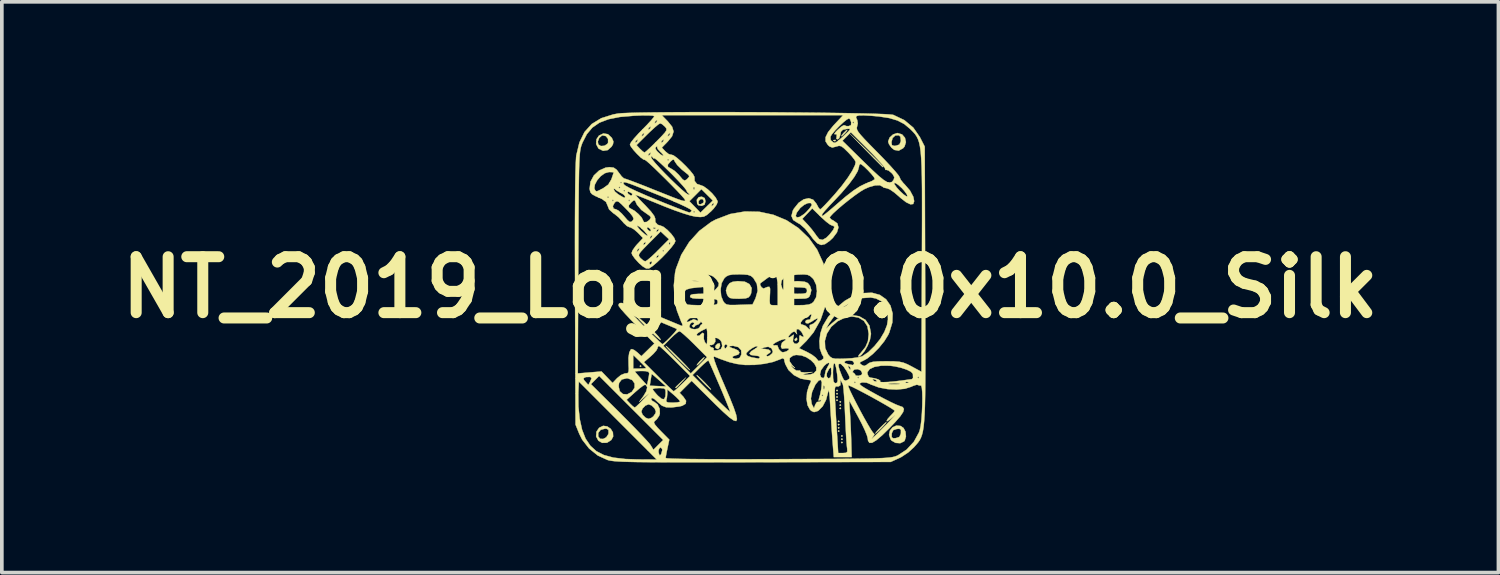
<source format=kicad_pcb>
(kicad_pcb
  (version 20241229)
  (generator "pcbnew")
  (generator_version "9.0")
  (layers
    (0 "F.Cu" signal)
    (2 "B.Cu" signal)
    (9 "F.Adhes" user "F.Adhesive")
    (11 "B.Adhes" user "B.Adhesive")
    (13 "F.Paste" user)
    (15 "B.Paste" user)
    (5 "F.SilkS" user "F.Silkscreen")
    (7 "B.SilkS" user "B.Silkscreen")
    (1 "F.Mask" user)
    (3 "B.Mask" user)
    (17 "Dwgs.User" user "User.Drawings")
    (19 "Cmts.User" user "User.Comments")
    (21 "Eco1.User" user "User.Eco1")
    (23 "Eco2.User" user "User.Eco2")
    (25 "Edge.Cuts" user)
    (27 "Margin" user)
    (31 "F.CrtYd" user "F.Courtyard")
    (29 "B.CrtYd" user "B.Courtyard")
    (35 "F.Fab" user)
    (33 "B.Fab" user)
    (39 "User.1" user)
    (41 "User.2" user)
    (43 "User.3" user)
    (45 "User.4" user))
  (footprint "NT_2019_Logo_10.0x10.0_Silk"
    (layer "F.Cu")
    (at 17.388 4.779)
    (property "Reference" "NT_2019_Logo_10.0x10.0_Silk" (at 0 0 0) (layer "F.SilkS") (effects (font (size 1.524 1.524) (thickness 0.3))))
    (attr through_hole)
    (fp_poly (pts (xy -2.965 2.146) (xy -2.987 2.168) (xy -3.009 2.146) (xy -2.987 2.124) (xy -2.965 2.146)) (stroke (width 0.01) (type solid)) (fill yes) (layer "F.SilkS"))
    (fp_poly (pts (xy 2.39 2.81) (xy 2.367 2.832) (xy 2.345 2.81) (xy 2.367 2.788) (xy 2.39 2.81)) (stroke (width 0.01) (type solid)) (fill yes) (layer "F.SilkS"))
    (fp_poly (pts (xy 2.39 2.898) (xy 2.367 2.921) (xy 2.345 2.898) (xy 2.367 2.876) (xy 2.39 2.898)) (stroke (width 0.01) (type solid)) (fill yes) (layer "F.SilkS"))
    (fp_poly (pts (xy 2.39 2.987) (xy 2.367 3.009) (xy 2.345 2.987) (xy 2.367 2.965) (xy 2.39 2.987)) (stroke (width 0.01) (type solid)) (fill yes) (layer "F.SilkS"))
    (fp_poly (pts (xy 2.39 3.075) (xy 2.367 3.098) (xy 2.345 3.075) (xy 2.367 3.053) (xy 2.39 3.075)) (stroke (width 0.01) (type solid)) (fill yes) (layer "F.SilkS"))
    (fp_poly (pts (xy 2.434 3.651) (xy 2.412 3.673) (xy 2.39 3.651) (xy 2.412 3.629) (xy 2.434 3.651)) (stroke (width 0.01) (type solid)) (fill yes) (layer "F.SilkS"))
    (fp_poly (pts (xy 2.434 3.739) (xy 2.412 3.761) (xy 2.39 3.739) (xy 2.412 3.717) (xy 2.434 3.739)) (stroke (width 0.01) (type solid)) (fill yes) (layer "F.SilkS"))
    (fp_poly (pts (xy 2.434 3.828) (xy 2.412 3.85) (xy 2.39 3.828) (xy 2.412 3.806) (xy 2.434 3.828)) (stroke (width 0.01) (type solid)) (fill yes) (layer "F.SilkS"))
    (fp_poly (pts (xy 2.434 3.916) (xy 2.412 3.938) (xy 2.39 3.916) (xy 2.412 3.894) (xy 2.434 3.916)) (stroke (width 0.01) (type solid)) (fill yes) (layer "F.SilkS"))
    (fp_poly (pts (xy 2.478 3.12) (xy 2.456 3.142) (xy 2.434 3.12) (xy 2.456 3.098) (xy 2.478 3.12)) (stroke (width 0.01) (type solid)) (fill yes) (layer "F.SilkS"))
    (fp_poly (pts (xy 2.478 3.208) (xy 2.456 3.23) (xy 2.434 3.208) (xy 2.456 3.186) (xy 2.478 3.208)) (stroke (width 0.01) (type solid)) (fill yes) (layer "F.SilkS"))
    (fp_poly (pts (xy 2.478 3.297) (xy 2.456 3.319) (xy 2.434 3.297) (xy 2.456 3.275) (xy 2.478 3.297)) (stroke (width 0.01) (type solid)) (fill yes) (layer "F.SilkS"))
    (fp_poly (pts (xy 2.522 4.049) (xy 2.5 4.071) (xy 2.478 4.049) (xy 2.5 4.027) (xy 2.522 4.049)) (stroke (width 0.01) (type solid)) (fill yes) (layer "F.SilkS"))
    (fp_poly (pts (xy 2.522 4.137) (xy 2.5 4.16) (xy 2.478 4.137) (xy 2.5 4.115) (xy 2.522 4.137)) (stroke (width 0.01) (type solid)) (fill yes) (layer "F.SilkS"))
    (fp_poly (pts (xy 2.522 4.226) (xy 2.5 4.248) (xy 2.478 4.226) (xy 2.5 4.204) (xy 2.522 4.226)) (stroke (width 0.01) (type solid)) (fill yes) (layer "F.SilkS"))
    (fp_poly (pts (xy 2.331 -4.012) (xy 2.324 -3.986) (xy 2.301 -3.983) (xy 2.265 -3.999) (xy 2.272 -4.012) (xy 2.324 -4.017) (xy 2.331 -4.012)) (stroke (width 0.01) (type solid)) (fill yes) (layer "F.SilkS"))
    (fp_poly (pts (xy 1.283 1.406) (xy 1.283 1.416) (xy 1.249 1.459) (xy 1.236 1.46) (xy 1.21 1.433) (xy 1.217 1.416) (xy 1.257 1.374) (xy 1.264 1.372) (xy 1.283 1.406)) (stroke (width 0.01) (type solid)) (fill yes) (layer "F.SilkS"))
    (fp_poly (pts (xy 2.638 -4.265) (xy 2.589 -4.204) (xy 2.522 -4.138) (xy 2.486 -4.115) (xy 2.495 -4.143) (xy 2.544 -4.204) (xy 2.611 -4.269) (xy 2.647 -4.292) (xy 2.638 -4.265)) (stroke (width 0.01) (type solid)) (fill yes) (layer "F.SilkS"))
    (fp_poly (pts (xy -1.878 2.6) (xy -1.972 2.7) (xy -2.021 2.741) (xy -2.036 2.73) (xy -2.036 2.73) (xy -2.006 2.695) (xy -1.931 2.622) (xy -1.892 2.586) (xy -1.748 2.456) (xy -1.878 2.6)) (stroke (width 0.01) (type solid)) (fill yes) (layer "F.SilkS"))
    (fp_poly (pts (xy -0.829 1.531) (xy -0.819 1.59) (xy -0.849 1.658) (xy -0.887 1.682) (xy -0.943 1.65) (xy -0.948 1.642) (xy -0.942 1.59) (xy -0.893 1.539) (xy -0.84 1.525) (xy -0.829 1.531)) (stroke (width 0.01) (type solid)) (fill yes) (layer "F.SilkS"))
    (fp_poly (pts (xy -1.417 2.419) (xy -1.334 2.495) (xy -1.239 2.589) (xy -1.142 2.691) (xy -1.08 2.763) (xy -1.066 2.788) (xy -1.106 2.759) (xy -1.188 2.683) (xy -1.283 2.589) (xy -1.38 2.486) (xy -1.443 2.415) (xy -1.457 2.39) (xy -1.417 2.419)) (stroke (width 0.01) (type solid)) (fill yes) (layer "F.SilkS"))
    (fp_poly (pts (xy -1.257 1.931) (xy -1.314 1.999) (xy -1.328 2.013) (xy -1.403 2.088) (xy -1.451 2.124) (xy -1.454 2.124) (xy -1.442 2.096) (xy -1.385 2.028) (xy -1.372 2.013) (xy -1.296 1.939) (xy -1.248 1.903) (xy -1.246 1.903) (xy -1.257 1.931)) (stroke (width 0.01) (type solid)) (fill yes) (layer "F.SilkS"))
    (fp_poly (pts (xy 3.698 3.701) (xy 3.636 3.773) (xy 3.584 3.828) (xy 3.493 3.918) (xy 3.428 3.974) (xy 3.412 3.983) (xy 3.427 3.954) (xy 3.488 3.883) (xy 3.54 3.828) (xy 3.631 3.738) (xy 3.696 3.682) (xy 3.712 3.673) (xy 3.698 3.701)) (stroke (width 0.01) (type solid)) (fill yes) (layer "F.SilkS"))
    (fp_poly (pts (xy 3.175 -3.74) (xy 3.359 -3.56) (xy 3.488 -3.433) (xy 3.569 -3.35) (xy 3.612 -3.302) (xy 3.624 -3.279) (xy 3.617 -3.275) (xy 3.583 -3.304) (xy 3.5 -3.387) (xy 3.377 -3.51) (xy 3.227 -3.663) (xy 3.163 -3.728) (xy 2.721 -4.182) (xy 3.175 -3.74)) (stroke (width 0.01) (type solid)) (fill yes) (layer "F.SilkS"))
    (fp_poly (pts (xy -3.069 0.799) (xy -3.031 0.829) (xy -2.882 0.957) (xy -2.736 1.093) (xy -2.605 1.223) (xy -2.504 1.333) (xy -2.446 1.409) (xy -2.439 1.436) (xy -2.476 1.414) (xy -2.562 1.34) (xy -2.685 1.224) (xy -2.832 1.078) (xy -2.856 1.053) (xy -3.005 0.899) (xy -3.09 0.805) (xy -3.111 0.772) (xy -3.069 0.799)) (stroke (width 0.01) (type solid)) (fill yes) (layer "F.SilkS"))
    (fp_poly (pts (xy -2.26 1.622) (xy -2.174 1.702) (xy -2.054 1.819) (xy -1.947 1.925) (xy -1.815 2.06) (xy -1.712 2.169) (xy -1.651 2.238) (xy -1.639 2.257) (xy -1.678 2.227) (xy -1.764 2.148) (xy -1.885 2.031) (xy -1.991 1.925) (xy -2.124 1.79) (xy -2.227 1.681) (xy -2.288 1.612) (xy -2.299 1.593) (xy -2.26 1.622)) (stroke (width 0.01) (type solid)) (fill yes) (layer "F.SilkS"))
    (fp_poly (pts (xy -0.147 -0.154) (xy -0.019 -0.089) (xy 0.042 0.019) (xy 0.027 0.161) (xy -0.002 0.224) (xy -0.045 0.274) (xy -0.122 0.3) (xy -0.257 0.309) (xy -0.312 0.31) (xy -0.463 0.306) (xy -0.55 0.289) (xy -0.599 0.25) (xy -0.629 0.195) (xy -0.659 0.088) (xy -0.628 -0.015) (xy -0.616 -0.037) (xy -0.559 -0.113) (xy -0.475 -0.151) (xy -0.337 -0.169) (xy -0.147 -0.154)) (stroke (width 0.01) (type solid)) (fill yes) (layer "F.SilkS"))
    (fp_poly (pts (xy -1.238 -2.432) (xy -1.217 -2.345) (xy -1.241 -2.254) (xy -1.317 -2.221) (xy -1.41 -2.237) (xy -1.443 -2.276) (xy -1.448 -2.33) (xy -1.408 -2.33) (xy -1.399 -2.269) (xy -1.343 -2.264) (xy -1.274 -2.307) (xy -1.261 -2.346) (xy -1.289 -2.402) (xy -1.347 -2.405) (xy -1.398 -2.36) (xy -1.408 -2.33) (xy -1.448 -2.33) (xy -1.453 -2.385) (xy -1.4 -2.457) (xy -1.317 -2.47) (xy -1.238 -2.432)) (stroke (width 0.01) (type solid)) (fill yes) (layer "F.SilkS"))
    (fp_poly (pts (xy -3.893 3.789) (xy -3.799 3.854) (xy -3.739 3.952) (xy -3.732 4.064) (xy -3.782 4.158) (xy -3.9 4.234) (xy -4.032 4.237) (xy -4.134 4.179) (xy -4.195 4.065) (xy -4.139 4.065) (xy -4.086 4.127) (xy -4.003 4.13) (xy -3.92 4.086) (xy -3.865 4.002) (xy -3.858 3.969) (xy -3.86 3.882) (xy -3.912 3.852) (xy -3.952 3.85) (xy -4.072 3.882) (xy -4.139 3.964) (xy -4.139 4.065) (xy -4.195 4.065) (xy -4.197 4.061) (xy -4.185 3.929) (xy -4.114 3.826) (xy -4.004 3.773) (xy -3.893 3.789)) (stroke (width 0.01) (type solid)) (fill yes) (layer "F.SilkS"))
    (fp_poly (pts (xy -3.875 -4.173) (xy -3.774 -4.079) (xy -3.765 -4.065) (xy -3.725 -3.973) (xy -3.738 -3.897) (xy -3.776 -3.833) (xy -3.88 -3.74) (xy -4.006 -3.72) (xy -4.125 -3.778) (xy -4.134 -3.787) (xy -4.196 -3.904) (xy -4.191 -3.973) (xy -4.15 -3.973) (xy -4.138 -3.894) (xy -4.067 -3.85) (xy -3.971 -3.857) (xy -3.891 -3.907) (xy -3.87 -3.943) (xy -3.872 -4.045) (xy -3.929 -4.12) (xy -4.016 -4.141) (xy -4.039 -4.135) (xy -4.113 -4.071) (xy -4.15 -3.973) (xy -4.191 -3.973) (xy -4.186 -4.035) (xy -4.119 -4.134) (xy -3.998 -4.193) (xy -3.875 -4.173)) (stroke (width 0.01) (type solid)) (fill yes) (layer "F.SilkS"))
    (fp_poly (pts (xy 4.098 3.776) (xy 4.179 3.831) (xy 4.233 3.934) (xy 4.245 4.064) (xy 4.211 4.175) (xy 4.195 4.195) (xy 4.089 4.246) (xy 3.962 4.237) (xy 3.852 4.174) (xy 3.828 4.143) (xy 3.808 4.085) (xy 3.857 4.085) (xy 3.9 4.112) (xy 3.968 4.108) (xy 4.064 4.077) (xy 4.103 3.998) (xy 4.108 3.968) (xy 4.108 3.88) (xy 4.065 3.853) (xy 3.997 3.858) (xy 3.901 3.888) (xy 3.862 3.967) (xy 3.858 3.997) (xy 3.857 4.085) (xy 3.808 4.085) (xy 3.785 4.018) (xy 3.809 3.903) (xy 3.881 3.813) (xy 3.984 3.766) (xy 4.098 3.776)) (stroke (width 0.01) (type solid)) (fill yes) (layer "F.SilkS"))
    (fp_poly (pts (xy 4.139 -4.167) (xy 4.218 -4.076) (xy 4.244 -3.957) (xy 4.207 -3.837) (xy 4.167 -3.79) (xy 4.047 -3.724) (xy 3.927 -3.745) (xy 3.85 -3.806) (xy 3.784 -3.899) (xy 3.768 -3.952) (xy 3.85 -3.952) (xy 3.863 -3.875) (xy 3.922 -3.854) (xy 3.972 -3.858) (xy 4.066 -3.89) (xy 4.104 -3.973) (xy 4.107 -3.994) (xy 4.094 -4.104) (xy 4.051 -4.143) (xy 3.957 -4.139) (xy 3.882 -4.07) (xy 3.85 -3.957) (xy 3.85 -3.952) (xy 3.768 -3.952) (xy 3.761 -3.976) (xy 3.8 -4.08) (xy 3.894 -4.166) (xy 4.01 -4.204) (xy 4.016 -4.204) (xy 4.139 -4.167)) (stroke (width 0.01) (type solid)) (fill yes) (layer "F.SilkS"))
    (fp_poly (pts (xy -0.561 -4.774) (xy -0.057 -4.772) (xy 0.451 -4.77) (xy 0.953 -4.766) (xy 1.442 -4.762) (xy 1.91 -4.757) (xy 2.348 -4.751) (xy 2.749 -4.744) (xy 3.103 -4.737) (xy 3.403 -4.729) (xy 3.641 -4.72) (xy 3.807 -4.71) (xy 3.895 -4.7) (xy 3.902 -4.698) (xy 4.201 -4.556) (xy 4.445 -4.352) (xy 4.623 -4.096) (xy 4.757 -3.834) (xy 4.769 -0.071) (xy 4.771 0.62) (xy 4.773 1.228) (xy 4.774 1.759) (xy 4.774 2.218) (xy 4.772 2.612) (xy 4.768 2.947) (xy 4.762 3.227) (xy 4.753 3.46) (xy 4.74 3.65) (xy 4.725 3.804) (xy 4.705 3.926) (xy 4.68 4.024) (xy 4.651 4.102) (xy 4.617 4.167) (xy 4.577 4.224) (xy 4.531 4.279) (xy 4.479 4.337) (xy 4.465 4.354) (xy 4.307 4.498) (xy 4.12 4.622) (xy 4.062 4.651) (xy 3.828 4.757) (xy 0.089 4.765) (xy -0.583 4.766) (xy -1.172 4.767) (xy -1.684 4.767) (xy -2.124 4.767) (xy -2.5 4.765) (xy -2.815 4.763) (xy -3.078 4.76) (xy -3.292 4.755) (xy -3.464 4.75) (xy -3.599 4.743) (xy -3.704 4.735) (xy -3.784 4.725) (xy -3.846 4.714) (xy -3.885 4.703) (xy -4.15 4.582) (xy -4.387 4.391) (xy -4.575 4.151) (xy -4.655 3.992) (xy -4.757 3.739) (xy -4.76 2.887) (xy -4.682 2.887) (xy -4.679 3.245) (xy -4.644 3.584) (xy -4.578 3.882) (xy -4.486 4.117) (xy -4.481 4.126) (xy -4.352 4.317) (xy -4.19 4.464) (xy -3.985 4.569) (xy -3.726 4.639) (xy -3.401 4.677) (xy -3.076 4.688) (xy -2.545 4.691) (xy -2.796 4.439) (xy -2.498 4.439) (xy -2.492 4.509) (xy -2.468 4.577) (xy -2.44 4.566) (xy -2.424 4.539) (xy -2.396 4.445) (xy -2.398 4.403) (xy -2.436 4.363) (xy -2.465 4.373) (xy -2.498 4.439) (xy -2.796 4.439) (xy -3.607 3.628) (xy -4.668 2.565) (xy -4.682 2.887) (xy -4.76 2.887) (xy -4.762 2.481) (xy -4.543 2.481) (xy -4.526 2.526) (xy -4.489 2.569) (xy -4.408 2.659) (xy -4.396 2.637) (xy -4.338 2.637) (xy -3.56 3.409) (xy -3.341 3.629) (xy -3.139 3.835) (xy -2.965 4.016) (xy -2.828 4.162) (xy -2.738 4.264) (xy -2.709 4.304) (xy -2.635 4.426) (xy -2.502 4.292) (xy -2.368 4.159) (xy -3.142 3.385) (xy -2.965 3.385) (xy -2.93 3.472) (xy -2.849 3.552) (xy -2.766 3.584) (xy -2.688 3.555) (xy -2.636 3.515) (xy -2.58 3.433) (xy -2.567 3.385) (xy -2.602 3.298) (xy -2.682 3.219) (xy -2.766 3.186) (xy -2.853 3.221) (xy -2.932 3.301) (xy -2.965 3.385) (xy -3.142 3.385) (xy -3.241 3.286) (xy -3.462 3.065) (xy -3.367 3.065) (xy -3.269 3.17) (xy -3.194 3.242) (xy -3.145 3.274) (xy -3.143 3.275) (xy -3.102 3.245) (xy -3.018 3.166) (xy -2.909 3.055) (xy -2.904 3.05) (xy -2.699 3.05) (xy -2.663 3.096) (xy -2.616 3.118) (xy -2.522 3.189) (xy -2.466 3.309) (xy -2.46 3.441) (xy -2.481 3.503) (xy -2.546 3.597) (xy -2.6 3.644) (xy -2.621 3.677) (xy -2.597 3.734) (xy -2.518 3.829) (xy -2.434 3.916) (xy -2.203 4.15) (xy -2.252 4.378) (xy -2.28 4.515) (xy -2.298 4.618) (xy -2.301 4.65) (xy -2.257 4.659) (xy -2.126 4.667) (xy -1.91 4.673) (xy -1.61 4.678) (xy -1.228 4.681) (xy -0.766 4.683) (xy -0.225 4.684) (xy 0.394 4.682) (xy 0.763 4.681) (xy 1.359 4.678) (xy 1.872 4.676) (xy 2.31 4.674) (xy 2.679 4.671) (xy 2.985 4.667) (xy 3.236 4.663) (xy 3.438 4.658) (xy 3.597 4.652) (xy 3.72 4.644) (xy 3.814 4.635) (xy 3.884 4.624) (xy 3.938 4.611) (xy 3.982 4.596) (xy 4.022 4.578) (xy 4.027 4.576) (xy 4.264 4.421) (xy 4.462 4.206) (xy 4.599 3.955) (xy 4.622 3.889) (xy 4.647 3.769) (xy 4.667 3.604) (xy 4.681 3.412) (xy 4.69 3.211) (xy 4.693 3.019) (xy 4.689 2.855) (xy 4.678 2.734) (xy 4.66 2.676) (xy 4.649 2.675) (xy 4.592 2.671) (xy 4.583 2.66) (xy 4.533 2.654) (xy 4.436 2.686) (xy 4.392 2.707) (xy 4.217 2.763) (xy 3.992 2.784) (xy 3.746 2.772) (xy 3.511 2.729) (xy 3.327 2.66) (xy 3.259 2.632) (xy 3.759 2.632) (xy 3.802 2.639) (xy 3.914 2.641) (xy 3.916 2.641) (xy 4.034 2.639) (xy 4.085 2.633) (xy 4.061 2.623) (xy 3.926 2.616) (xy 3.795 2.623) (xy 3.759 2.632) (xy 3.259 2.632) (xy 3.182 2.6) (xy 4.223 2.6) (xy 4.267 2.607) (xy 4.324 2.599) (xy 4.325 2.584) (xy 4.265 2.574) (xy 4.24 2.581) (xy 4.223 2.6) (xy 3.182 2.6) (xy 3.174 2.597) (xy 3.059 2.589) (xy 3.027 2.597) (xy 2.99 2.616) (xy 2.988 2.641) (xy 3.03 2.681) (xy 3.125 2.743) (xy 3.283 2.834) (xy 3.44 2.921) (xy 3.642 3.03) (xy 3.825 3.123) (xy 3.971 3.192) (xy 4.062 3.228) (xy 4.071 3.231) (xy 4.156 3.261) (xy 4.19 3.314) (xy 4.169 3.395) (xy 4.09 3.513) (xy 3.949 3.675) (xy 3.799 3.832) (xy 3.594 4.033) (xy 3.437 4.166) (xy 3.324 4.234) (xy 3.251 4.237) (xy 3.213 4.18) (xy 3.204 4.112) (xy 3.181 4.029) (xy 3.124 3.889) (xy 3.04 3.713) (xy 2.948 3.537) (xy 2.696 3.075) (xy 2.719 3.407) (xy 2.731 3.608) (xy 2.742 3.853) (xy 2.752 4.101) (xy 2.754 4.182) (xy 2.766 4.624) (xy 2.279 4.624) (xy 2.248 4.226) (xy 2.233 4.017) (xy 2.215 3.756) (xy 2.198 3.477) (xy 2.184 3.252) (xy 2.17 3.021) (xy 2.156 2.875) (xy 2.145 2.818) (xy 2.306 2.818) (xy 2.307 2.924) (xy 2.313 3.079) (xy 2.325 3.292) (xy 2.341 3.572) (xy 2.363 3.928) (xy 2.373 4.082) (xy 2.399 4.514) (xy 2.531 4.514) (xy 2.616 4.508) (xy 2.648 4.473) (xy 2.643 4.383) (xy 2.638 4.348) (xy 2.629 4.248) (xy 2.617 4.079) (xy 2.605 3.859) (xy 2.593 3.607) (xy 2.585 3.429) (xy 2.574 3.179) (xy 2.56 2.958) (xy 2.546 2.783) (xy 2.532 2.669) (xy 2.67 2.669) (xy 2.68 2.716) (xy 2.726 2.823) (xy 2.8 2.975) (xy 2.892 3.157) (xy 2.995 3.353) (xy 3.1 3.546) (xy 3.199 3.721) (xy 3.283 3.863) (xy 3.344 3.955) (xy 3.372 3.983) (xy 3.389 4.008) (xy 3.363 4.049) (xy 3.314 4.113) (xy 3.321 4.117) (xy 3.38 4.066) (xy 3.487 3.963) (xy 3.637 3.812) (xy 3.718 3.729) (xy 3.842 3.599) (xy 3.921 3.514) (xy 3.949 3.48) (xy 3.922 3.501) (xy 3.905 3.516) (xy 3.806 3.602) (xy 3.737 3.647) (xy 3.717 3.645) (xy 3.747 3.587) (xy 3.819 3.504) (xy 3.828 3.496) (xy 3.902 3.418) (xy 3.938 3.367) (xy 3.938 3.363) (xy 3.902 3.332) (xy 3.803 3.268) (xy 3.658 3.183) (xy 3.482 3.083) (xy 3.291 2.977) (xy 3.101 2.875) (xy 2.929 2.785) (xy 2.789 2.715) (xy 2.697 2.675) (xy 2.67 2.669) (xy 2.532 2.669) (xy 2.532 2.669) (xy 2.522 2.633) (xy 2.498 2.589) (xy 2.832 2.589) (xy 2.854 2.611) (xy 2.876 2.589) (xy 2.854 2.567) (xy 2.832 2.589) (xy 2.498 2.589) (xy 2.477 2.551) (xy 2.466 2.522) (xy 2.456 2.51) (xy 2.46 2.573) (xy 2.461 2.578) (xy 2.459 2.667) (xy 2.412 2.698) (xy 2.383 2.699) (xy 2.357 2.698) (xy 2.336 2.7) (xy 2.32 2.715) (xy 2.31 2.751) (xy 2.306 2.818) (xy 2.145 2.818) (xy 2.143 2.81) (xy 2.13 2.823) (xy 2.124 2.854) (xy 2.068 3.067) (xy 1.976 3.241) (xy 1.863 3.356) (xy 1.832 3.373) (xy 1.741 3.399) (xy 1.667 3.366) (xy 1.628 3.329) (xy 1.564 3.211) (xy 1.537 3.044) (xy 1.539 3.028) (xy 1.655 3.028) (xy 1.678 3.177) (xy 1.686 3.195) (xy 1.739 3.293) (xy 1.776 3.193) (xy 1.819 3.126) (xy 1.855 3.118) (xy 1.911 3.111) (xy 1.929 3.091) (xy 1.935 3.061) (xy 1.902 3.076) (xy 1.864 3.086) (xy 1.876 3.03) (xy 1.877 3.027) (xy 1.901 2.943) (xy 1.947 2.943) (xy 1.969 2.965) (xy 1.991 2.943) (xy 1.969 2.921) (xy 1.947 2.943) (xy 1.901 2.943) (xy 1.904 2.933) (xy 1.933 2.795) (xy 1.944 2.732) (xy 1.945 2.718) (xy 1.995 2.718) (xy 2.003 2.775) (xy 2.018 2.776) (xy 2.029 2.717) (xy 2.022 2.691) (xy 2.002 2.674) (xy 1.995 2.718) (xy 1.945 2.718) (xy 1.954 2.588) (xy 1.927 2.522) (xy 1.87 2.537) (xy 1.788 2.636) (xy 1.773 2.66) (xy 1.689 2.846) (xy 1.655 3.028) (xy 1.539 3.028) (xy 1.55 2.857) (xy 1.602 2.683) (xy 1.614 2.658) (xy 1.657 2.567) (xy 1.652 2.53) (xy 1.592 2.522) (xy 1.575 2.522) (xy 1.376 2.486) (xy 1.191 2.39) (xy 1.043 2.25) (xy 0.955 2.085) (xy 0.947 2.051) (xy 0.938 2.014) (xy 1.074 2.014) (xy 1.152 2.126) (xy 1.164 2.137) (xy 1.219 2.193) (xy 1.208 2.192) (xy 1.175 2.168) (xy 1.114 2.125) (xy 1.114 2.136) (xy 1.166 2.198) (xy 1.253 2.265) (xy 1.317 2.268) (xy 1.363 2.265) (xy 1.361 2.283) (xy 1.383 2.307) (xy 1.473 2.317) (xy 1.519 2.316) (xy 1.704 2.307) (xy 1.549 2.342) (xy 1.453 2.366) (xy 1.439 2.377) (xy 1.503 2.383) (xy 1.519 2.384) (xy 1.644 2.372) (xy 1.647 2.371) (xy 1.902 2.371) (xy 1.932 2.449) (xy 1.994 2.477) (xy 2.031 2.427) (xy 2.031 2.426) (xy 2.085 2.426) (xy 2.126 2.475) (xy 2.146 2.478) (xy 2.193 2.448) (xy 2.211 2.348) (xy 2.211 2.314) (xy 2.257 2.314) (xy 2.26 2.476) (xy 2.274 2.567) (xy 2.303 2.606) (xy 2.328 2.611) (xy 2.367 2.599) (xy 2.383 2.549) (xy 2.378 2.442) (xy 2.369 2.356) (xy 2.34 2.179) (xy 2.331 2.146) (xy 2.407 2.146) (xy 2.436 2.25) (xy 2.502 2.419) (xy 2.504 2.425) (xy 2.551 2.519) (xy 2.597 2.545) (xy 2.651 2.525) (xy 2.685 2.502) (xy 3.337 2.502) (xy 3.341 2.523) (xy 3.389 2.559) (xy 3.439 2.566) (xy 3.452 2.549) (xy 3.417 2.521) (xy 3.383 2.505) (xy 3.337 2.502) (xy 2.685 2.502) (xy 2.699 2.493) (xy 2.71 2.456) (xy 2.921 2.456) (xy 2.943 2.478) (xy 2.965 2.456) (xy 2.943 2.434) (xy 2.921 2.456) (xy 2.71 2.456) (xy 2.711 2.454) (xy 2.683 2.383) (xy 2.643 2.309) (xy 2.79 2.309) (xy 2.821 2.332) (xy 2.861 2.368) (xy 2.859 2.382) (xy 2.882 2.404) (xy 2.947 2.412) (xy 3.035 2.386) (xy 3.046 2.355) (xy 3.194 2.355) (xy 3.23 2.436) (xy 3.275 2.46) (xy 3.391 2.477) (xy 3.49 2.508) (xy 3.545 2.542) (xy 3.541 2.566) (xy 3.55 2.58) (xy 3.63 2.584) (xy 3.765 2.578) (xy 3.937 2.562) (xy 4.13 2.539) (xy 4.16 2.535) (xy 4.29 2.517) (xy 4.383 2.505) (xy 4.403 2.503) (xy 4.438 2.471) (xy 4.438 2.456) (xy 4.558 2.456) (xy 4.58 2.478) (xy 4.602 2.456) (xy 4.58 2.434) (xy 4.558 2.456) (xy 4.438 2.456) (xy 4.435 2.374) (xy 4.432 2.353) (xy 4.382 2.299) (xy 4.267 2.242) (xy 4.11 2.19) (xy 3.932 2.151) (xy 3.805 2.135) (xy 3.574 2.134) (xy 3.387 2.167) (xy 3.257 2.227) (xy 3.196 2.311) (xy 3.194 2.355) (xy 3.046 2.355) (xy 3.053 2.337) (xy 3.017 2.266) (xy 2.934 2.228) (xy 2.846 2.237) (xy 2.817 2.258) (xy 2.79 2.309) (xy 2.643 2.309) (xy 2.626 2.279) (xy 2.551 2.165) (xy 2.515 2.129) (xy 2.668 2.129) (xy 2.677 2.173) (xy 2.68 2.181) (xy 2.715 2.235) (xy 2.735 2.236) (xy 2.73 2.189) (xy 2.705 2.156) (xy 2.668 2.129) (xy 2.515 2.129) (xy 2.48 2.093) (xy 2.449 2.08) (xy 2.412 2.094) (xy 2.407 2.146) (xy 2.331 2.146) (xy 2.311 2.082) (xy 2.285 2.068) (xy 2.265 2.137) (xy 2.257 2.293) (xy 2.257 2.314) (xy 2.211 2.314) (xy 2.211 2.312) (xy 2.207 2.208) (xy 2.192 2.181) (xy 2.155 2.218) (xy 2.145 2.232) (xy 2.091 2.336) (xy 2.085 2.426) (xy 2.031 2.426) (xy 2.036 2.377) (xy 2.061 2.264) (xy 2.106 2.175) (xy 2.156 2.085) (xy 2.144 2.052) (xy 2.083 2.08) (xy 2.016 2.139) (xy 1.931 2.257) (xy 1.902 2.371) (xy 1.647 2.371) (xy 1.729 2.344) (xy 1.801 2.271) (xy 1.803 2.179) (xy 1.75 2.079) (xy 1.704 2.032) (xy 2.567 2.032) (xy 2.583 2.061) (xy 2.644 2.086) (xy 2.77 2.113) (xy 2.799 2.118) (xy 2.828 2.088) (xy 2.832 2.058) (xy 2.792 2.005) (xy 2.699 1.991) (xy 2.606 2.003) (xy 2.567 2.032) (xy 2.567 2.032) (xy 1.704 2.032) (xy 1.655 1.984) (xy 1.532 1.904) (xy 1.393 1.853) (xy 1.253 1.841) (xy 1.169 1.86) (xy 1.08 1.924) (xy 1.074 2.014) (xy 0.938 2.014) (xy 0.924 1.955) (xy 0.888 1.93) (xy 0.813 1.961) (xy 0.802 1.966) (xy 0.621 2.033) (xy 0.385 2.083) (xy 0.126 2.112) (xy -0.124 2.115) (xy -0.17 2.111) (xy -0.372 2.085) (xy -0.575 2.035) (xy -0.808 1.953) (xy -0.981 1.883) (xy -0.995 1.903) (xy -0.974 1.99) (xy -0.917 2.149) (xy -0.823 2.381) (xy -0.704 2.659) (xy -0.556 3.006) (xy -0.448 3.275) (xy -0.382 3.47) (xy -0.359 3.591) (xy -0.381 3.643) (xy -0.449 3.625) (xy -0.566 3.542) (xy -0.732 3.394) (xy -0.949 3.186) (xy -1.021 3.114) (xy -1.594 2.547) (xy -1.758 2.71) (xy -1.921 2.874) (xy -1.818 2.983) (xy -1.745 3.091) (xy -1.756 3.172) (xy -1.852 3.227) (xy -1.932 3.246) (xy -2.141 3.272) (xy -2.289 3.267) (xy -2.4 3.225) (xy -2.499 3.143) (xy -2.5 3.142) (xy -2.529 3.115) (xy -2.285 3.115) (xy -2.235 3.136) (xy -2.114 3.142) (xy -2.107 3.142) (xy -1.987 3.135) (xy -1.916 3.119) (xy -1.907 3.109) (xy -1.94 3.063) (xy -2.02 2.983) (xy -2.084 2.926) (xy -2.257 2.778) (xy -2.257 2.89) (xy -2.267 3.005) (xy -2.284 3.072) (xy -2.285 3.115) (xy -2.529 3.115) (xy -2.61 3.041) (xy -2.678 3.011) (xy -2.699 3.05) (xy -2.904 3.05) (xy -2.897 3.043) (xy -2.799 2.938) (xy -2.763 2.894) (xy -2.787 2.91) (xy -2.85 2.965) (xy -3.023 3.12) (xy -2.901 2.954) (xy -2.828 2.829) (xy -2.816 2.775) (xy -2.655 2.775) (xy -2.627 2.822) (xy -2.555 2.907) (xy -2.514 2.951) (xy -2.41 3.039) (xy -2.344 3.047) (xy -2.309 2.974) (xy -2.302 2.865) (xy -2.309 2.787) (xy -2.35 2.752) (xy -2.449 2.744) (xy -2.478 2.744) (xy -2.589 2.75) (xy -2.651 2.768) (xy -2.655 2.775) (xy -2.816 2.775) (xy -2.805 2.726) (xy -2.826 2.68) (xy -2.735 2.68) (xy -2.289 2.7) (xy -2.483 2.527) (xy -2.587 2.436) (xy -2.659 2.376) (xy -2.682 2.361) (xy -2.691 2.404) (xy -2.707 2.502) (xy -2.711 2.524) (xy -2.735 2.68) (xy -2.826 2.68) (xy -2.833 2.665) (xy -2.87 2.655) (xy -2.921 2.683) (xy -3.017 2.755) (xy -3.136 2.857) (xy -3.139 2.86) (xy -3.367 3.065) (xy -3.462 3.065) (xy -3.828 2.699) (xy -3.584 2.699) (xy -3.551 2.832) (xy -3.465 2.907) (xy -3.35 2.916) (xy -3.226 2.85) (xy -3.223 2.847) (xy -3.148 2.734) (xy -3.148 2.618) (xy -3.213 2.525) (xy -3.334 2.479) (xy -3.363 2.478) (xy -3.498 2.51) (xy -3.571 2.605) (xy -3.584 2.699) (xy -3.828 2.699) (xy -4.114 2.413) (xy -4.338 2.637) (xy -4.396 2.637) (xy -4.353 2.557) (xy -4.321 2.48) (xy -4.344 2.447) (xy -4.364 2.441) (xy -4.464 2.443) (xy -4.5 2.453) (xy -4.543 2.481) (xy -4.762 2.481) (xy -4.762 2.345) (xy -4.696 2.345) (xy -4.372 2.318) (xy -4.049 2.292) (xy -3.748 2.606) (xy -3.626 2.476) (xy -3.521 2.39) (xy -3.417 2.347) (xy -3.401 2.345) (xy -3.34 2.338) (xy -3.311 2.303) (xy -3.311 2.29) (xy -3.142 2.29) (xy -3.115 2.326) (xy -3.045 2.407) (xy -2.976 2.485) (xy -2.81 2.668) (xy -2.782 2.54) (xy -2.76 2.424) (xy -2.749 2.345) (xy -2.769 2.302) (xy -2.851 2.282) (xy -2.943 2.279) (xy -3.061 2.281) (xy -3.133 2.287) (xy -3.142 2.29) (xy -3.311 2.29) (xy -3.307 2.216) (xy -3.307 2.213) (xy -3.186 2.213) (xy -3.009 2.213) (xy -2.898 2.21) (xy -2.837 2.202) (xy -2.832 2.199) (xy -2.861 2.164) (xy -2.936 2.086) (xy -2.985 2.038) (xy -2.895 2.038) (xy -2.499 2.435) (xy -2.348 2.585) (xy -2.22 2.709) (xy -2.128 2.795) (xy -2.084 2.832) (xy -2.082 2.832) (xy -2.042 2.803) (xy -1.958 2.728) (xy -1.849 2.623) (xy -1.636 2.414) (xy -1.661 2.389) (xy -1.57 2.389) (xy -1.064 2.897) (xy -0.893 3.067) (xy -0.745 3.21) (xy -0.631 3.319) (xy -0.562 3.381) (xy -0.545 3.392) (xy -0.557 3.349) (xy -0.599 3.239) (xy -0.666 3.074) (xy -0.751 2.869) (xy -0.825 2.696) (xy -0.923 2.469) (xy -1.009 2.271) (xy -1.077 2.117) (xy -1.122 2.02) (xy -1.135 1.993) (xy -1.173 2.012) (xy -1.255 2.08) (xy -1.362 2.181) (xy -1.57 2.389) (xy -1.661 2.389) (xy -2.045 2.004) (xy -2.2 1.851) (xy -2.333 1.724) (xy -2.432 1.634) (xy -2.485 1.594) (xy -2.485 1.594) (xy -2.365 1.594) (xy -1.991 1.97) (xy -1.617 2.346) (xy -1.174 1.903) (xy -1.485 1.59) (xy -1.106 1.59) (xy -1.07 1.632) (xy -1.037 1.637) (xy -0.993 1.66) (xy -0.998 1.685) (xy -0.986 1.717) (xy -0.901 1.718) (xy -0.799 1.684) (xy -0.767 1.618) (xy -0.708 1.618) (xy -0.687 1.664) (xy -0.664 1.659) (xy -0.638 1.625) (xy -0.561 1.625) (xy -0.481 1.658) (xy -0.431 1.672) (xy -0.328 1.719) (xy -0.29 1.779) (xy -0.322 1.83) (xy -0.387 1.851) (xy -0.472 1.881) (xy -0.477 1.921) (xy -0.405 1.946) (xy -0.377 1.947) (xy -0.285 1.921) (xy -0.238 1.83) (xy -0.238 1.83) (xy -0.238 1.817) (xy -0.111 1.817) (xy -0.07 1.869) (xy 0.037 1.907) (xy 0.044 1.908) (xy 0.157 1.928) (xy 0.228 1.94) (xy 0.232 1.941) (xy 0.264 1.914) (xy 0.266 1.903) (xy 0.227 1.871) (xy 0.135 1.859) (xy 0.018 1.842) (xy -0.018 1.799) (xy 0.032 1.738) (xy 0.091 1.702) (xy 0.133 1.676) (xy 0.288 1.676) (xy 0.407 1.679) (xy 0.507 1.698) (xy 0.557 1.737) (xy 0.542 1.781) (xy 0.512 1.797) (xy 0.451 1.841) (xy 0.443 1.865) (xy 0.474 1.88) (xy 0.531 1.859) (xy 0.601 1.797) (xy 0.62 1.752) (xy 0.583 1.661) (xy 0.493 1.619) (xy 0.393 1.634) (xy 0.288 1.676) (xy 0.133 1.676) (xy 0.176 1.649) (xy 0.207 1.611) (xy 0.205 1.607) (xy 0.152 1.608) (xy 0.065 1.65) (xy -0.027 1.714) (xy -0.094 1.781) (xy -0.111 1.817) (xy -0.238 1.817) (xy -0.245 1.71) (xy -0.324 1.627) (xy -0.462 1.593) (xy -0.473 1.593) (xy -0.559 1.602) (xy -0.561 1.625) (xy -0.638 1.625) (xy -0.621 1.603) (xy -0.62 1.59) (xy -0.641 1.565) (xy 0.62 1.565) (xy 0.652 1.585) (xy 0.686 1.577) (xy 0.743 1.582) (xy 0.752 1.608) (xy 0.782 1.685) (xy 0.845 1.752) (xy 0.89 1.77) (xy 0.955 1.756) (xy 0.992 1.743) (xy 1.057 1.699) (xy 1.047 1.664) (xy 0.971 1.659) (xy 0.951 1.663) (xy 0.869 1.672) (xy 0.842 1.627) (xy 0.841 1.596) (xy 0.868 1.509) (xy 0.907 1.476) (xy 0.966 1.435) (xy 0.974 1.415) (xy 0.938 1.408) (xy 0.847 1.433) (xy 0.797 1.453) (xy 0.689 1.506) (xy 0.626 1.552) (xy 0.62 1.565) (xy -0.641 1.565) (xy -0.653 1.55) (xy -0.664 1.549) (xy -0.703 1.585) (xy -0.708 1.618) (xy -0.767 1.618) (xy -0.76 1.604) (xy -0.776 1.496) (xy -0.812 1.438) (xy -0.882 1.388) (xy -0.94 1.373) (xy -0.96 1.396) (xy -0.95 1.418) (xy -0.95 1.482) (xy -0.992 1.545) (xy -1.049 1.573) (xy -1.067 1.568) (xy -1.104 1.576) (xy -1.106 1.59) (xy -1.485 1.59) (xy -1.526 1.549) (xy -1.671 1.407) (xy -1.796 1.293) (xy -1.799 1.29) (xy -1.46 1.29) (xy -1.432 1.325) (xy -1.376 1.311) (xy -1.35 1.283) (xy -1.295 1.238) (xy -1.258 1.265) (xy -1.262 1.33) (xy -1.262 1.411) (xy -1.231 1.498) (xy -1.187 1.547) (xy -1.178 1.549) (xy -1.174 1.509) (xy -1.17 1.407) (xy -1.169 1.367) (xy 1.046 1.367) (xy 1.098 1.35) (xy 1.134 1.323) (xy 1.185 1.287) (xy 1.189 1.319) (xy 1.176 1.361) (xy 1.165 1.474) (xy 1.211 1.535) (xy 1.276 1.538) (xy 1.333 1.489) (xy 1.341 1.4) (xy 1.342 1.318) (xy 1.369 1.309) (xy 1.396 1.329) (xy 1.449 1.357) (xy 1.455 1.323) (xy 1.416 1.242) (xy 1.391 1.204) (xy 1.322 1.138) (xy 1.271 1.139) (xy 1.26 1.201) (xy 1.267 1.229) (xy 1.279 1.278) (xy 1.251 1.248) (xy 1.246 1.241) (xy 1.203 1.203) (xy 1.148 1.225) (xy 1.109 1.259) (xy 1.047 1.331) (xy 1.046 1.367) (xy -1.169 1.367) (xy -1.168 1.326) (xy -1.171 1.203) (xy -1.182 1.128) (xy -1.191 1.118) (xy -1.246 1.145) (xy -1.339 1.192) (xy -1.424 1.246) (xy -1.46 1.29) (xy -1.46 1.29) (xy -1.799 1.29) (xy -1.886 1.218) (xy -1.926 1.195) (xy -1.979 1.224) (xy -2.072 1.301) (xy -2.169 1.394) (xy -2.365 1.594) (xy -2.485 1.594) (xy -2.488 1.593) (xy -2.519 1.629) (xy -2.522 1.656) (xy -2.554 1.718) (xy -2.635 1.81) (xy -2.708 1.878) (xy -2.895 2.038) (xy -2.985 2.038) (xy -3.009 2.013) (xy -3.186 1.841) (xy -3.186 2.213) (xy -3.307 2.213) (xy -3.312 2.122) (xy -3.315 1.921) (xy -3.293 1.773) (xy -3.251 1.693) (xy -3.221 1.682) (xy -3.155 1.71) (xy -3.068 1.777) (xy -3.067 1.778) (xy -2.963 1.875) (xy -2.786 1.702) (xy -2.609 1.529) (xy -3.097 1.041) (xy -3.264 0.869) (xy -3.407 0.717) (xy -3.514 0.595) (xy -3.52 0.588) (xy -3.319 0.588) (xy -3.313 0.609) (xy -3.252 0.682) (xy -3.147 0.798) (xy -3.005 0.947) (xy -2.899 1.056) (xy -2.731 1.225) (xy -2.585 1.368) (xy -2.473 1.477) (xy -2.404 1.538) (xy -2.388 1.549) (xy -2.347 1.52) (xy -2.263 1.444) (xy -2.169 1.351) (xy -2.071 1.246) (xy -2.009 1.168) (xy -1.994 1.135) (xy -2.038 1.115) (xy -2.147 1.068) (xy -2.189 1.05) (xy -1.656 1.05) (xy -1.652 1.088) (xy -1.599 1.129) (xy -1.51 1.141) (xy -1.422 1.126) (xy -1.373 1.085) (xy -1.372 1.075) (xy -1.343 1.022) (xy -1.325 1.018) (xy -1.301 0.99) (xy -1.311 0.965) (xy -1.315 0.961) (xy 1.376 0.961) (xy 1.387 1.008) (xy 1.433 1.018) (xy 1.51 1.049) (xy 1.549 1.084) (xy 1.604 1.139) (xy 1.625 1.151) (xy 1.631 1.117) (xy 1.621 1.084) (xy 1.627 1.027) (xy 1.654 1.018) (xy 1.725 0.987) (xy 1.792 0.929) (xy 1.842 0.861) (xy 1.828 0.845) (xy 1.754 0.881) (xy 1.683 0.928) (xy 1.576 0.984) (xy 1.516 0.971) (xy 1.505 0.922) (xy 1.54 0.889) (xy 1.571 0.885) (xy 1.63 0.875) (xy 1.637 0.867) (xy 1.651 0.815) (xy 1.666 0.773) (xy 1.67 0.735) (xy 1.629 0.745) (xy 1.534 0.803) (xy 1.427 0.888) (xy 1.376 0.961) (xy -1.315 0.961) (xy -1.344 0.934) (xy -1.361 0.965) (xy -1.415 1.013) (xy -1.442 1.018) (xy -1.498 1.044) (xy -1.505 1.065) (xy -1.533 1.089) (xy -1.558 1.079) (xy -1.588 1.045) (xy -1.557 1.028) (xy -1.524 0.986) (xy -1.53 0.968) (xy -1.576 0.95) (xy -1.627 0.987) (xy -1.656 1.05) (xy -2.189 1.05) (xy -2.304 1.002) (xy -2.493 0.923) (xy -2.696 0.839) (xy -2.896 0.757) (xy -3.078 0.683) (xy -3.223 0.625) (xy -3.315 0.589) (xy -3.319 0.588) (xy -3.52 0.588) (xy -3.575 0.516) (xy -3.584 0.496) (xy -3.58 0.458) (xy -3.561 0.434) (xy -3.52 0.425) (xy -3.451 0.433) (xy -3.347 0.461) (xy -3.199 0.511) (xy -3.001 0.586) (xy -2.747 0.687) (xy -2.427 0.817) (xy -2.037 0.979) (xy -1.865 1.05) (xy -1.836 1.046) (xy -1.855 0.983) (xy -1.879 0.934) (xy -1.726 0.934) (xy -1.696 0.945) (xy -1.629 0.911) (xy -1.538 0.869) (xy -1.474 0.892) (xy -1.425 0.916) (xy -1.417 0.886) (xy -1.448 0.824) (xy -1.491 0.772) (xy -1.552 0.724) (xy -1.582 0.745) (xy -1.586 0.757) (xy -1.64 0.835) (xy -1.666 0.854) (xy -1.719 0.91) (xy -1.726 0.934) (xy -1.879 0.934) (xy -1.883 0.925) (xy -1.994 0.634) (xy -2.061 0.297) (xy -2.079 -0.056) (xy -2.058 -0.267) (xy -1.814 -0.267) (xy -1.806 -0.224) (xy -1.769 -0.197) (xy -1.686 -0.181) (xy -1.54 -0.171) (xy -1.449 -0.168) (xy -1.263 -0.158) (xy -1.15 -0.142) (xy -1.096 -0.117) (xy -1.084 -0.089) (xy -1.106 -0.051) (xy -1.181 -0.025) (xy -1.324 -0.006) (xy -1.407 0) (xy -1.611 0.023) (xy -1.734 0.058) (xy -1.771 0.089) (xy -1.801 0.178) (xy -1.813 0.298) (xy -1.805 0.407) (xy -1.785 0.457) (xy -1.731 0.47) (xy -1.608 0.48) (xy -1.439 0.486) (xy -1.32 0.487) (xy -1.121 0.486) (xy -0.994 0.48) (xy -0.923 0.466) (xy -0.892 0.44) (xy -0.885 0.401) (xy -0.885 0.398) (xy -0.892 0.355) (xy -0.925 0.329) (xy -1 0.315) (xy -1.135 0.31) (xy -1.261 0.31) (xy -1.449 0.307) (xy -1.564 0.297) (xy -1.622 0.276) (xy -1.637 0.243) (xy -1.618 0.206) (xy -1.55 0.186) (xy -1.416 0.178) (xy -1.348 0.177) (xy -1.181 0.172) (xy -1.073 0.152) (xy -0.995 0.109) (xy -0.949 0.068) (xy -0.942 0.06) (xy -0.805 0.06) (xy -0.789 0.24) (xy -0.732 0.38) (xy -0.69 0.434) (xy -0.64 0.466) (xy -0.56 0.48) (xy -0.427 0.481) (xy -0.297 0.477) (xy 0.066 0.465) (xy 0.148 0.297) (xy 0.205 0.095) (xy 0.186 -0.066) (xy 0.272 -0.066) (xy 0.308 -0.006) (xy 0.357 0.03) (xy 0.371 0.029) (xy 0.472 -0.011) (xy 0.525 -0.014) (xy 0.544 0.036) (xy 0.542 0.153) (xy 0.538 0.221) (xy 0.532 0.368) (xy 0.539 0.447) (xy 0.567 0.48) (xy 0.625 0.487) (xy 0.638 0.487) (xy 0.752 0.487) (xy 0.752 0.087) (xy 0.748 -0.08) (xy 0.841 -0.08) (xy 0.88 0.045) (xy 0.995 0.13) (xy 1.181 0.173) (xy 1.283 0.177) (xy 1.432 0.174) (xy 1.512 0.16) (xy 1.544 0.128) (xy 1.549 0.089) (xy 1.538 0.037) (xy 1.492 0.011) (xy 1.389 0.001) (xy 1.308 0) (xy 1.149 -0.012) (xy 1.051 -0.043) (xy 1.024 -0.089) (xy 1.067 -0.138) (xy 1.145 -0.159) (xy 1.274 -0.168) (xy 1.348 -0.166) (xy 1.49 -0.151) (xy 1.573 -0.116) (xy 1.627 -0.047) (xy 1.629 -0.044) (xy 1.667 0.074) (xy 1.642 0.188) (xy 1.614 0.25) (xy 1.573 0.286) (xy 1.5 0.304) (xy 1.371 0.309) (xy 1.262 0.31) (xy 1.092 0.312) (xy 0.992 0.321) (xy 0.944 0.343) (xy 0.93 0.382) (xy 0.929 0.398) (xy 0.937 0.442) (xy 0.971 0.469) (xy 1.049 0.482) (xy 1.19 0.486) (xy 1.283 0.487) (xy 1.471 0.483) (xy 1.594 0.469) (xy 1.673 0.44) (xy 1.726 0.398) (xy 1.798 0.271) (xy 1.821 0.103) (xy 1.798 -0.071) (xy 1.729 -0.218) (xy 1.701 -0.25) (xy 1.633 -0.31) (xy 1.563 -0.342) (xy 1.464 -0.353) (xy 1.308 -0.348) (xy 1.276 -0.346) (xy 1.065 -0.321) (xy 0.93 -0.27) (xy 0.859 -0.186) (xy 0.841 -0.08) (xy 0.748 -0.08) (xy 0.747 -0.133) (xy 0.725 -0.272) (xy 0.682 -0.338) (xy 0.61 -0.337) (xy 0.503 -0.276) (xy 0.453 -0.241) (xy 0.353 -0.166) (xy 0.287 -0.118) (xy 0.276 -0.109) (xy 0.272 -0.066) (xy 0.186 -0.066) (xy 0.182 -0.098) (xy 0.086 -0.258) (xy 0.022 -0.311) (xy -0.064 -0.341) (xy -0.196 -0.353) (xy -0.304 -0.354) (xy -0.473 -0.35) (xy -0.58 -0.332) (xy -0.655 -0.294) (xy -0.704 -0.248) (xy -0.776 -0.115) (xy -0.805 0.06) (xy -0.942 0.06) (xy -0.864 -0.033) (xy -0.852 -0.115) (xy -0.912 -0.206) (xy -0.949 -0.245) (xy -1.011 -0.299) (xy -1.081 -0.331) (xy -1.181 -0.348) (xy -1.335 -0.354) (xy -1.436 -0.354) (xy -1.62 -0.352) (xy -1.732 -0.345) (xy -1.79 -0.327) (xy -1.812 -0.295) (xy -1.814 -0.267) (xy -2.058 -0.267) (xy -2.046 -0.393) (xy -2.02 -0.509) (xy -1.876 -0.887) (xy -1.66 -1.235) (xy -1.386 -1.537) (xy -1.066 -1.778) (xy -0.939 -1.847) (xy -0.544 -1.998) (xy -0.144 -2.067) (xy 0.251 -2.059) (xy 0.633 -1.977) (xy 0.99 -1.829) (xy 1.314 -1.617) (xy 1.596 -1.348) (xy 1.826 -1.026) (xy 1.994 -0.657) (xy 2.088 -0.271) (xy 2.105 0.12) (xy 2.046 0.514) (xy 1.917 0.89) (xy 1.725 1.23) (xy 1.533 1.46) (xy 1.334 1.658) (xy 1.552 1.762) (xy 1.684 1.836) (xy 1.784 1.912) (xy 1.816 1.95) (xy 1.865 2.008) (xy 1.932 1.99) (xy 1.944 1.983) (xy 1.998 1.939) (xy 1.996 1.889) (xy 1.955 1.822) (xy 1.9 1.671) (xy 1.887 1.473) (xy 1.889 1.459) (xy 2.036 1.459) (xy 2.045 1.656) (xy 2.127 1.83) (xy 2.13 1.834) (xy 2.182 1.893) (xy 2.238 1.928) (xy 2.319 1.944) (xy 2.451 1.946) (xy 2.584 1.943) (xy 2.769 1.931) (xy 2.932 1.909) (xy 3.043 1.882) (xy 3.055 1.877) (xy 3.218 1.767) (xy 3.388 1.601) (xy 3.543 1.408) (xy 3.658 1.213) (xy 3.66 1.208) (xy 3.73 1.029) (xy 3.755 0.875) (xy 3.751 0.744) (xy 3.701 0.532) (xy 3.594 0.387) (xy 3.425 0.302) (xy 3.283 0.276) (xy 3.04 0.294) (xy 2.788 0.384) (xy 2.543 0.536) (xy 2.325 0.738) (xy 2.152 0.978) (xy 2.151 0.98) (xy 2.067 1.128) (xy 2.217 0.99) (xy 2.378 0.857) (xy 2.518 0.784) (xy 2.67 0.755) (xy 2.743 0.752) (xy 2.97 0.787) (xy 3.142 0.886) (xy 3.251 1.044) (xy 3.291 1.254) (xy 3.29 1.286) (xy 3.264 1.428) (xy 3.202 1.587) (xy 3.119 1.735) (xy 3.03 1.843) (xy 2.977 1.878) (xy 2.942 1.88) (xy 2.972 1.832) (xy 3.015 1.784) (xy 3.143 1.624) (xy 3.209 1.47) (xy 3.23 1.284) (xy 3.23 1.261) (xy 3.195 1.06) (xy 3.098 0.912) (xy 2.952 0.822) (xy 2.769 0.794) (xy 2.563 0.835) (xy 2.384 0.923) (xy 2.21 1.074) (xy 2.092 1.259) (xy 2.036 1.459) (xy 1.889 1.459) (xy 1.914 1.256) (xy 1.98 1.051) (xy 2.129 0.803) (xy 2.338 0.566) (xy 2.582 0.366) (xy 2.795 0.244) (xy 3.071 0.157) (xy 3.32 0.147) (xy 3.534 0.206) (xy 3.704 0.326) (xy 3.823 0.497) (xy 3.882 0.711) (xy 3.874 0.958) (xy 3.791 1.231) (xy 3.76 1.298) (xy 3.653 1.47) (xy 3.507 1.65) (xy 3.344 1.814) (xy 3.186 1.941) (xy 3.09 1.994) (xy 3.002 2.036) (xy 2.988 2.068) (xy 3.034 2.109) (xy 3.105 2.143) (xy 3.173 2.113) (xy 3.199 2.09) (xy 3.258 2.053) (xy 3.348 2.029) (xy 3.486 2.017) (xy 3.693 2.014) (xy 3.711 2.014) (xy 3.916 2.016) (xy 4.062 2.027) (xy 4.176 2.052) (xy 4.287 2.097) (xy 4.403 2.157) (xy 4.668 2.301) (xy 4.68 -0.675) (xy 4.682 -1.294) (xy 4.684 -1.831) (xy 4.684 -2.292) (xy 4.683 -2.685) (xy 4.679 -3.014) (xy 4.672 -3.288) (xy 4.661 -3.512) (xy 4.647 -3.693) (xy 4.627 -3.837) (xy 4.602 -3.952) (xy 4.571 -4.042) (xy 4.534 -4.116) (xy 4.49 -4.179) (xy 4.438 -4.237) (xy 4.378 -4.298) (xy 4.356 -4.319) (xy 4.199 -4.45) (xy 4.016 -4.546) (xy 3.79 -4.613) (xy 3.504 -4.657) (xy 3.308 -4.674) (xy 3.099 -4.686) (xy 2.966 -4.684) (xy 2.899 -4.667) (xy 2.885 -4.629) (xy 2.913 -4.568) (xy 2.917 -4.562) (xy 2.933 -4.467) (xy 2.915 -4.388) (xy 2.905 -4.346) (xy 2.912 -4.299) (xy 2.944 -4.239) (xy 3.009 -4.156) (xy 3.115 -4.039) (xy 3.268 -3.88) (xy 3.472 -3.673) (xy 3.659 -3.481) (xy 3.821 -3.308) (xy 3.951 -3.163) (xy 4.037 -3.059) (xy 4.071 -3.004) (xy 4.071 -3.003) (xy 4.101 -2.933) (xy 4.176 -2.839) (xy 4.208 -2.807) (xy 4.355 -2.637) (xy 4.446 -2.467) (xy 4.469 -2.347) (xy 4.443 -2.271) (xy 4.368 -2.262) (xy 4.251 -2.318) (xy 4.099 -2.436) (xy 4.053 -2.478) (xy 3.925 -2.587) (xy 3.809 -2.667) (xy 3.73 -2.699) (xy 3.726 -2.699) (xy 3.639 -2.718) (xy 3.606 -2.744) (xy 3.533 -2.783) (xy 3.404 -2.778) (xy 3.238 -2.731) (xy 3.117 -2.678) (xy 3.005 -2.611) (xy 2.86 -2.51) (xy 2.698 -2.387) (xy 2.533 -2.255) (xy 2.383 -2.127) (xy 2.262 -2.016) (xy 2.186 -1.934) (xy 2.168 -1.901) (xy 2.205 -1.853) (xy 2.273 -1.817) (xy 2.376 -1.742) (xy 2.406 -1.632) (xy 2.365 -1.497) (xy 2.254 -1.348) (xy 2.166 -1.266) (xy 2.04 -1.178) (xy 1.934 -1.154) (xy 1.831 -1.199) (xy 1.718 -1.317) (xy 1.642 -1.42) (xy 1.496 -1.6) (xy 1.361 -1.72) (xy 1.304 -1.751) (xy 1.173 -1.835) (xy 1.16 -1.866) (xy 1.421 -1.866) (xy 1.572 -1.706) (xy 1.68 -1.58) (xy 1.775 -1.454) (xy 1.8 -1.415) (xy 1.883 -1.314) (xy 1.973 -1.293) (xy 2.079 -1.354) (xy 2.164 -1.44) (xy 2.264 -1.567) (xy 2.297 -1.646) (xy 2.263 -1.679) (xy 2.237 -1.682) (xy 2.176 -1.711) (xy 2.074 -1.788) (xy 1.951 -1.898) (xy 1.932 -1.916) (xy 1.884 -1.963) (xy 1.951 -1.963) (xy 1.966 -1.947) (xy 1.974 -1.947) (xy 2.016 -1.975) (xy 2.109 -2.049) (xy 2.238 -2.158) (xy 2.353 -2.258) (xy 2.606 -2.475) (xy 2.814 -2.636) (xy 2.991 -2.751) (xy 3.15 -2.829) (xy 3.197 -2.847) (xy 3.927 -2.847) (xy 3.934 -2.805) (xy 3.992 -2.722) (xy 4.078 -2.626) (xy 4.179 -2.533) (xy 4.254 -2.481) (xy 4.286 -2.481) (xy 4.267 -2.538) (xy 4.199 -2.631) (xy 4.135 -2.702) (xy 4.036 -2.792) (xy 3.957 -2.843) (xy 3.927 -2.847) (xy 3.197 -2.847) (xy 3.216 -2.854) (xy 3.325 -2.9) (xy 3.39 -2.943) (xy 3.396 -2.952) (xy 3.374 -3.001) (xy 3.306 -3.086) (xy 3.213 -3.187) (xy 3.117 -3.281) (xy 3.037 -3.346) (xy 3 -3.363) (xy 2.97 -3.326) (xy 2.965 -3.283) (xy 2.932 -3.169) (xy 2.837 -3.007) (xy 2.687 -2.805) (xy 2.488 -2.571) (xy 2.323 -2.395) (xy 2.152 -2.215) (xy 2.037 -2.088) (xy 1.972 -2.007) (xy 1.951 -1.963) (xy 1.884 -1.963) (xy 1.692 -2.151) (xy 1.556 -2.008) (xy 1.421 -1.866) (xy 1.16 -1.866) (xy 1.126 -1.945) (xy 1.126 -1.945) (xy 1.241 -1.945) (xy 1.273 -1.905) (xy 1.353 -1.92) (xy 1.472 -1.998) (xy 1.531 -2.053) (xy 1.62 -2.151) (xy 1.674 -2.229) (xy 1.682 -2.252) (xy 1.651 -2.298) (xy 1.574 -2.296) (xy 1.474 -2.25) (xy 1.373 -2.169) (xy 1.367 -2.164) (xy 1.269 -2.034) (xy 1.241 -1.945) (xy 1.126 -1.945) (xy 1.161 -2.085) (xy 1.192 -2.142) (xy 1.321 -2.303) (xy 1.462 -2.399) (xy 1.599 -2.428) (xy 1.719 -2.387) (xy 1.809 -2.273) (xy 1.811 -2.268) (xy 1.862 -2.173) (xy 1.903 -2.125) (xy 1.908 -2.124) (xy 1.949 -2.155) (xy 2.035 -2.241) (xy 2.154 -2.368) (xy 2.294 -2.523) (xy 2.303 -2.533) (xy 2.498 -2.766) (xy 2.661 -2.985) (xy 2.784 -3.178) (xy 2.858 -3.331) (xy 2.876 -3.415) (xy 2.847 -3.473) (xy 2.771 -3.571) (xy 2.673 -3.677) (xy 2.56 -3.787) (xy 2.485 -3.844) (xy 2.423 -3.857) (xy 2.351 -3.838) (xy 2.341 -3.835) (xy 2.238 -3.809) (xy 2.162 -3.84) (xy 2.118 -3.88) (xy 2.055 -3.978) (xy 2.056 -4.092) (xy 2.063 -4.105) (xy 2.187 -4.105) (xy 2.195 -4.01) (xy 2.267 -3.948) (xy 2.315 -3.939) (xy 2.363 -3.967) (xy 2.397 -3.994) (xy 2.514 -3.994) (xy 3.105 -3.413) (xy 3.332 -3.193) (xy 3.508 -3.031) (xy 3.64 -2.924) (xy 3.738 -2.865) (xy 3.81 -2.85) (xy 3.865 -2.874) (xy 3.91 -2.93) (xy 3.929 -2.999) (xy 3.888 -3.077) (xy 3.853 -3.116) (xy 3.772 -3.184) (xy 3.709 -3.202) (xy 3.704 -3.2) (xy 3.679 -3.2) (xy 3.686 -3.215) (xy 3.665 -3.26) (xy 3.591 -3.354) (xy 3.474 -3.486) (xy 3.323 -3.645) (xy 3.228 -3.741) (xy 2.744 -4.224) (xy 2.629 -4.109) (xy 2.514 -3.994) (xy 2.397 -3.994) (xy 2.454 -4.04) (xy 2.558 -4.135) (xy 2.667 -4.24) (xy 2.717 -4.297) (xy 2.714 -4.32) (xy 2.664 -4.32) (xy 2.643 -4.318) (xy 2.526 -4.294) (xy 2.473 -4.24) (xy 2.456 -4.151) (xy 2.427 -4.065) (xy 2.39 -4.034) (xy 2.35 -4.045) (xy 2.356 -4.106) (xy 2.36 -4.171) (xy 2.313 -4.172) (xy 2.307 -4.17) (xy 2.293 -4.181) (xy 2.335 -4.239) (xy 2.39 -4.295) (xy 2.483 -4.377) (xy 2.55 -4.417) (xy 2.568 -4.416) (xy 2.626 -4.393) (xy 2.682 -4.392) (xy 2.748 -4.418) (xy 2.753 -4.491) (xy 2.788 -4.491) (xy 2.81 -4.469) (xy 2.832 -4.491) (xy 2.81 -4.514) (xy 2.788 -4.491) (xy 2.753 -4.491) (xy 2.753 -4.496) (xy 2.753 -4.5) (xy 2.723 -4.579) (xy 2.692 -4.602) (xy 2.633 -4.572) (xy 2.537 -4.494) (xy 2.424 -4.388) (xy 2.314 -4.274) (xy 2.229 -4.173) (xy 2.187 -4.105) (xy 2.063 -4.105) (xy 2.125 -4.23) (xy 2.264 -4.403) (xy 2.31 -4.452) (xy 2.535 -4.691) (xy -2.408 -4.691) (xy -2.244 -4.523) (xy -2.125 -4.375) (xy -2.086 -4.245) (xy -2.128 -4.115) (xy -2.243 -3.974) (xy -2.406 -3.807) (xy -2.305 -3.699) (xy -2.219 -3.631) (xy -2.148 -3.612) (xy -2.143 -3.614) (xy -2.087 -3.595) (xy -1.99 -3.525) (xy -1.872 -3.421) (xy -1.748 -3.3) (xy -1.636 -3.18) (xy -1.553 -3.077) (xy -1.517 -3.008) (xy -1.517 -2.997) (xy -1.513 -2.899) (xy -1.448 -2.817) (xy -1.361 -2.788) (xy -1.272 -2.755) (xy -1.157 -2.673) (xy -1.039 -2.564) (xy -0.942 -2.449) (xy -0.889 -2.352) (xy -0.885 -2.328) (xy -0.916 -2.25) (xy -0.995 -2.144) (xy -1.067 -2.07) (xy -1.176 -1.974) (xy -1.261 -1.927) (xy -1.357 -1.916) (xy -1.482 -1.926) (xy -1.616 -1.954) (xy -1.814 -2.014) (xy -2.059 -2.099) (xy -2.334 -2.205) (xy -2.412 -2.237) (xy -2.642 -2.331) (xy -2.842 -2.412) (xy -2.998 -2.474) (xy -3.097 -2.512) (xy -3.125 -2.522) (xy -3.104 -2.493) (xy -3.033 -2.415) (xy -2.925 -2.302) (xy -2.852 -2.228) (xy -2.704 -2.068) (xy -2.614 -1.947) (xy -2.586 -1.874) (xy -2.587 -1.868) (xy -2.582 -1.778) (xy -2.518 -1.705) (xy -2.441 -1.682) (xy -2.36 -1.648) (xy -2.255 -1.565) (xy -2.15 -1.457) (xy -2.069 -1.348) (xy -2.036 -1.263) (xy -2.036 -1.262) (xy -2.066 -1.195) (xy -2.148 -1.086) (xy -2.264 -0.954) (xy -2.399 -0.814) (xy -2.535 -0.684) (xy -2.657 -0.58) (xy -2.749 -0.519) (xy -2.762 -0.513) (xy -2.834 -0.515) (xy -2.927 -0.571) (xy -3.031 -0.664) (xy -2.744 -0.664) (xy -2.728 -0.621) (xy -2.724 -0.62) (xy -2.686 -0.651) (xy -2.677 -0.664) (xy -2.681 -0.705) (xy -2.697 -0.708) (xy -2.742 -0.676) (xy -2.744 -0.664) (xy -3.031 -0.664) (xy -3.039 -0.671) (xy -3.141 -0.784) (xy -3.194 -0.859) (xy -3.031 -0.859) (xy -3.006 -0.819) (xy -2.989 -0.799) (xy -2.911 -0.731) (xy -2.857 -0.708) (xy -2.806 -0.738) (xy -2.732 -0.799) (xy -2.556 -0.799) (xy -2.55 -0.797) (xy -2.509 -0.828) (xy -2.5 -0.841) (xy -2.489 -0.882) (xy -2.495 -0.885) (xy -2.535 -0.854) (xy -2.544 -0.841) (xy -2.556 -0.799) (xy -2.732 -0.799) (xy -2.71 -0.817) (xy -2.586 -0.933) (xy -2.522 -0.996) (xy -2.39 -0.996) (xy -2.367 -0.974) (xy -2.345 -0.996) (xy -2.367 -1.018) (xy -2.39 -0.996) (xy -2.522 -0.996) (xy -2.509 -1.009) (xy -2.325 -1.195) (xy -2.213 -1.195) (xy -2.196 -1.158) (xy -2.183 -1.165) (xy -2.178 -1.218) (xy -2.183 -1.224) (xy -2.209 -1.218) (xy -2.213 -1.195) (xy -2.325 -1.195) (xy -2.21 -1.31) (xy -2.324 -1.416) (xy -2.437 -1.523) (xy -2.754 -1.206) (xy -2.896 -1.062) (xy -2.984 -0.966) (xy -3.026 -0.903) (xy -3.031 -0.859) (xy -3.194 -0.859) (xy -3.211 -0.883) (xy -3.23 -0.935) (xy -3.214 -0.976) (xy -3.087 -0.976) (xy -3.081 -0.974) (xy -3.04 -1.005) (xy -3.031 -1.018) (xy -3.02 -1.059) (xy -3.026 -1.062) (xy -3.066 -1.031) (xy -3.075 -1.018) (xy -3.087 -0.976) (xy -3.214 -0.976) (xy -3.202 -1.01) (xy -3.128 -1.115) (xy -3.095 -1.153) (xy -2.91 -1.153) (xy -2.904 -1.151) (xy -2.863 -1.182) (xy -2.854 -1.195) (xy -2.843 -1.236) (xy -2.849 -1.239) (xy -2.889 -1.208) (xy -2.898 -1.195) (xy -2.91 -1.153) (xy -3.095 -1.153) (xy -3.074 -1.177) (xy -2.93 -1.33) (xy -2.733 -1.33) (xy -2.727 -1.328) (xy -2.686 -1.359) (xy -2.677 -1.372) (xy -2.666 -1.413) (xy -2.672 -1.416) (xy -2.712 -1.385) (xy -2.721 -1.372) (xy -2.733 -1.33) (xy -2.93 -1.33) (xy -2.918 -1.343) (xy -3.061 -1.49) (xy -3.163 -1.579) (xy -3.253 -1.631) (xy -3.281 -1.637) (xy -3.354 -1.67) (xy -3.366 -1.681) (xy -3.073 -1.681) (xy -3.072 -1.654) (xy -3.018 -1.586) (xy -2.965 -1.532) (xy -2.858 -1.438) (xy -2.8 -1.403) (xy -2.797 -1.425) (xy -2.855 -1.502) (xy -2.86 -1.507) (xy -2.556 -1.507) (xy -2.55 -1.505) (xy -2.509 -1.536) (xy -2.5 -1.549) (xy -2.489 -1.59) (xy -2.495 -1.593) (xy -2.535 -1.562) (xy -2.544 -1.549) (xy -2.556 -1.507) (xy -2.86 -1.507) (xy -2.899 -1.549) (xy -2.967 -1.612) (xy -2.814 -1.612) (xy -2.787 -1.57) (xy -2.729 -1.525) (xy -2.702 -1.539) (xy -2.72 -1.59) (xy -2.763 -1.623) (xy -2.64 -1.623) (xy -2.634 -1.596) (xy -2.611 -1.593) (xy -2.574 -1.609) (xy -2.581 -1.623) (xy -2.634 -1.628) (xy -2.64 -1.623) (xy -2.763 -1.623) (xy -2.78 -1.635) (xy -2.796 -1.637) (xy -2.814 -1.612) (xy -2.967 -1.612) (xy -2.989 -1.632) (xy -3.059 -1.678) (xy -3.073 -1.681) (xy -3.366 -1.681) (xy -3.444 -1.753) (xy -3.479 -1.795) (xy -3.585 -1.91) (xy -3.699 -2.002) (xy -3.726 -2.018) (xy -3.842 -2.123) (xy -3.877 -2.212) (xy -3.742 -2.212) (xy -3.72 -2.145) (xy -3.651 -2.124) (xy -3.589 -2.092) (xy -3.499 -2.011) (xy -3.443 -1.948) (xy -3.345 -1.835) (xy -3.283 -1.783) (xy -3.238 -1.785) (xy -3.191 -1.83) (xy -3.19 -1.831) (xy -3.176 -1.876) (xy -3.206 -1.942) (xy -3.287 -2.041) (xy -3.38 -2.138) (xy -3.474 -2.234) (xy -3.307 -2.234) (xy -3.302 -2.173) (xy -3.241 -2.138) (xy -3.147 -2.085) (xy -3.045 -1.999) (xy -2.96 -1.907) (xy -2.921 -1.834) (xy -2.921 -1.828) (xy -2.891 -1.777) (xy -2.823 -1.78) (xy -2.746 -1.834) (xy -2.738 -1.843) (xy -2.703 -1.906) (xy -2.742 -1.953) (xy -2.76 -1.965) (xy -2.964 -2.11) (xy -3.084 -2.252) (xy -3.102 -2.291) (xy -3.137 -2.367) (xy -3.178 -2.367) (xy -3.231 -2.322) (xy -3.307 -2.234) (xy -3.474 -2.234) (xy -3.501 -2.261) (xy -3.578 -2.328) (xy -3.628 -2.348) (xy -3.667 -2.33) (xy -3.695 -2.301) (xy -3.742 -2.212) (xy -3.877 -2.212) (xy -3.88 -2.218) (xy -3.927 -2.328) (xy -3.981 -2.367) (xy -3.761 -2.367) (xy -3.739 -2.345) (xy -3.717 -2.367) (xy -3.319 -2.367) (xy -3.297 -2.345) (xy -3.275 -2.367) (xy -3.297 -2.39) (xy -3.319 -2.367) (xy -3.717 -2.367) (xy -3.739 -2.39) (xy -3.761 -2.367) (xy -3.981 -2.367) (xy -4.033 -2.405) (xy -4.066 -2.421) (xy -4.146 -2.456) (xy -3.894 -2.456) (xy -3.872 -2.434) (xy -3.85 -2.456) (xy -3.872 -2.478) (xy -3.894 -2.456) (xy -4.146 -2.456) (xy -4.218 -2.488) (xy -4.307 -2.538) (xy -4.35 -2.588) (xy -4.368 -2.653) (xy -4.372 -2.69) (xy -4.372 -2.696) (xy -4.246 -2.696) (xy -4.219 -2.64) (xy -4.198 -2.62) (xy -4.175 -2.617) (xy -4.125 -2.638) (xy -4.071 -2.665) (xy -3.716 -2.665) (xy -3.682 -2.608) (xy -3.597 -2.537) (xy -3.573 -2.522) (xy -3.47 -2.46) (xy -3.422 -2.439) (xy -3.408 -2.453) (xy -3.407 -2.479) (xy -3.444 -2.527) (xy -3.529 -2.578) (xy -3.559 -2.594) (xy -3.346 -2.594) (xy -3.319 -2.545) (xy -3.255 -2.502) (xy -3.221 -2.506) (xy -3.21 -2.547) (xy -3.237 -2.571) (xy -3.316 -2.608) (xy -3.346 -2.594) (xy -3.559 -2.594) (xy -3.627 -2.631) (xy -3.63 -2.633) (xy -3.452 -2.633) (xy -3.429 -2.611) (xy -3.407 -2.633) (xy -3.429 -2.655) (xy -3.452 -2.633) (xy -3.63 -2.633) (xy -3.683 -2.676) (xy -3.712 -2.69) (xy -3.716 -2.665) (xy -4.071 -2.665) (xy -4.022 -2.691) (xy -4.006 -2.698) (xy -3.974 -2.721) (xy -3.584 -2.721) (xy -3.562 -2.699) (xy -3.54 -2.721) (xy -3.562 -2.744) (xy -3.584 -2.721) (xy -3.974 -2.721) (xy -3.864 -2.801) (xy -3.832 -2.854) (xy -3.54 -2.854) (xy -3.518 -2.832) (xy -3.511 -2.839) (xy -3.452 -2.839) (xy -3.452 -2.819) (xy -3.41 -2.778) (xy -3.288 -2.709) (xy -3.086 -2.614) (xy -2.809 -2.493) (xy -2.578 -2.397) (xy -2.316 -2.29) (xy -2.081 -2.197) (xy -1.884 -2.12) (xy -1.739 -2.066) (xy -1.659 -2.039) (xy -1.648 -2.037) (xy -1.617 -2.058) (xy -1.549 -2.058) (xy -1.527 -2.036) (xy -1.505 -2.058) (xy -1.527 -2.08) (xy -1.549 -2.058) (xy -1.617 -2.058) (xy -1.598 -2.07) (xy -1.593 -2.094) (xy -1.633 -2.129) (xy -1.747 -2.19) (xy -1.925 -2.274) (xy -2.092 -2.347) (xy -1.656 -2.347) (xy -1.354 -2.035) (xy -1.185 -2.2) (xy -1.169 -2.215) (xy -1.051 -2.215) (xy -1.045 -2.213) (xy -1.005 -2.244) (xy -0.996 -2.257) (xy -0.984 -2.298) (xy -0.99 -2.301) (xy -1.031 -2.27) (xy -1.04 -2.257) (xy -1.051 -2.215) (xy -1.169 -2.215) (xy -1.016 -2.365) (xy -1.172 -2.52) (xy -1.328 -2.676) (xy -1.492 -2.511) (xy -1.656 -2.347) (xy -2.092 -2.347) (xy -2.158 -2.376) (xy -2.438 -2.491) (xy -2.467 -2.503) (xy -2.776 -2.627) (xy -3.013 -2.722) (xy -3.186 -2.79) (xy -3.307 -2.834) (xy -3.384 -2.858) (xy -3.428 -2.865) (xy -3.447 -2.857) (xy -3.452 -2.839) (xy -3.511 -2.839) (xy -3.496 -2.854) (xy -3.518 -2.876) (xy -3.54 -2.854) (xy -3.832 -2.854) (xy -3.78 -2.943) (xy -3.777 -2.953) (xy -3.74 -3.061) (xy -3.719 -3.125) (xy -3.718 -3.131) (xy -3.756 -3.139) (xy -3.845 -3.142) (xy -3.959 -3.11) (xy -4.072 -3.029) (xy -4.167 -2.919) (xy -4.23 -2.801) (xy -4.246 -2.696) (xy -4.372 -2.696) (xy -4.35 -2.877) (xy -4.258 -3.048) (xy -4.114 -3.183) (xy -3.936 -3.262) (xy -3.832 -3.275) (xy -3.717 -3.261) (xy -3.636 -3.204) (xy -3.574 -3.12) (xy -3.501 -3.024) (xy -3.441 -2.97) (xy -3.427 -2.965) (xy -3.373 -2.949) (xy -3.251 -2.905) (xy -3.074 -2.838) (xy -2.856 -2.753) (xy -2.612 -2.655) (xy -2.611 -2.655) (xy -2.328 -2.542) (xy -2.116 -2.458) (xy -1.966 -2.401) (xy -1.867 -2.368) (xy -1.808 -2.354) (xy -1.779 -2.356) (xy -1.77 -2.371) (xy -1.77 -2.379) (xy -1.799 -2.422) (xy -1.879 -2.513) (xy -1.997 -2.639) (xy -2.141 -2.787) (xy -2.299 -2.946) (xy -2.459 -3.103) (xy -2.607 -3.247) (xy -2.733 -3.365) (xy -2.824 -3.444) (xy -2.868 -3.474) (xy -2.869 -3.473) (xy -2.912 -3.486) (xy -2.983 -3.542) (xy -2.699 -3.542) (xy -2.668 -3.487) (xy -2.586 -3.387) (xy -2.466 -3.254) (xy -2.32 -3.102) (xy -2.163 -2.944) (xy -2.008 -2.795) (xy -1.869 -2.667) (xy -1.758 -2.573) (xy -1.689 -2.528) (xy -1.679 -2.526) (xy -1.644 -2.536) (xy -1.67 -2.552) (xy -1.722 -2.605) (xy -1.726 -2.626) (xy -1.756 -2.675) (xy -1.776 -2.699) (xy -1.549 -2.699) (xy -1.533 -2.663) (xy -1.519 -2.67) (xy -1.514 -2.722) (xy -1.519 -2.729) (xy -1.546 -2.723) (xy -1.549 -2.699) (xy -1.776 -2.699) (xy -1.838 -2.773) (xy -1.96 -2.906) (xy -2.112 -3.064) (xy -2.168 -3.12) (xy -2.326 -3.274) (xy -2.399 -3.343) (xy -2.244 -3.343) (xy -2.238 -3.282) (xy -2.151 -3.232) (xy -2.15 -3.232) (xy -2.056 -3.172) (xy -1.95 -3.072) (xy -1.919 -3.036) (xy -1.84 -2.942) (xy -1.789 -2.91) (xy -1.742 -2.93) (xy -1.713 -2.954) (xy -1.66 -3.016) (xy -1.676 -3.06) (xy -1.693 -3.074) (xy -1.863 -3.211) (xy -1.987 -3.334) (xy -2.05 -3.425) (xy -2.078 -3.481) (xy -2.116 -3.474) (xy -2.169 -3.429) (xy -2.244 -3.343) (xy -2.399 -3.343) (xy -2.459 -3.398) (xy -2.545 -3.474) (xy -2.257 -3.474) (xy -2.235 -3.452) (xy -2.213 -3.474) (xy -2.235 -3.496) (xy -2.257 -3.474) (xy -2.545 -3.474) (xy -2.556 -3.483) (xy -2.607 -3.519) (xy -2.611 -3.517) (xy -2.63 -3.51) (xy -2.655 -3.54) (xy -2.69 -3.583) (xy -2.699 -3.548) (xy -2.699 -3.542) (xy -2.983 -3.542) (xy -2.991 -3.548) (xy -3.031 -3.587) (xy -2.777 -3.587) (xy -2.771 -3.584) (xy -2.731 -3.615) (xy -2.721 -3.629) (xy -2.71 -3.67) (xy -2.716 -3.673) (xy -2.757 -3.642) (xy -2.766 -3.629) (xy -2.777 -3.587) (xy -3.031 -3.587) (xy -3.086 -3.64) (xy -3.177 -3.741) (xy -3.247 -3.832) (xy -3.267 -3.876) (xy -3.096 -3.876) (xy -3.001 -3.774) (xy -2.926 -3.704) (xy -2.879 -3.673) (xy -2.878 -3.673) (xy -2.838 -3.702) (xy -2.75 -3.782) (xy -2.74 -3.791) (xy -2.586 -3.791) (xy -2.551 -3.728) (xy -2.518 -3.69) (xy -2.436 -3.617) (xy -2.373 -3.584) (xy -2.371 -3.584) (xy -2.369 -3.609) (xy -2.422 -3.669) (xy -2.444 -3.688) (xy -2.515 -3.765) (xy -2.536 -3.821) (xy -2.533 -3.828) (xy -2.533 -3.843) (xy -2.559 -3.83) (xy -2.586 -3.791) (xy -2.74 -3.791) (xy -2.63 -3.897) (xy -2.586 -3.941) (xy -2.423 -3.941) (xy -2.417 -3.938) (xy -2.377 -3.969) (xy -2.367 -3.983) (xy -2.356 -4.024) (xy -2.362 -4.027) (xy -2.403 -3.996) (xy -2.412 -3.983) (xy -2.423 -3.941) (xy -2.586 -3.941) (xy -2.546 -3.981) (xy -2.411 -4.118) (xy -2.246 -4.118) (xy -2.24 -4.115) (xy -2.2 -4.146) (xy -2.19 -4.16) (xy -2.179 -4.201) (xy -2.185 -4.204) (xy -2.226 -4.173) (xy -2.235 -4.16) (xy -2.246 -4.118) (xy -2.411 -4.118) (xy -2.407 -4.123) (xy -2.322 -4.217) (xy -2.282 -4.278) (xy -2.28 -4.322) (xy -2.307 -4.363) (xy -2.322 -4.379) (xy -2.398 -4.446) (xy -2.451 -4.469) (xy -2.501 -4.44) (xy -2.596 -4.361) (xy -2.721 -4.246) (xy -2.797 -4.173) (xy -3.096 -3.876) (xy -3.267 -3.876) (xy -3.275 -3.893) (xy -3.275 -3.893) (xy -3.25 -3.941) (xy -3.131 -3.941) (xy -3.125 -3.938) (xy -3.085 -3.969) (xy -3.075 -3.983) (xy -3.064 -4.024) (xy -3.07 -4.027) (xy -3.111 -3.996) (xy -3.12 -3.983) (xy -3.131 -3.941) (xy -3.25 -3.941) (xy -3.245 -3.952) (xy -3.164 -4.055) (xy -3.107 -4.118) (xy -2.954 -4.118) (xy -2.948 -4.115) (xy -2.908 -4.146) (xy -2.898 -4.16) (xy -2.887 -4.201) (xy -2.893 -4.204) (xy -2.934 -4.173) (xy -2.943 -4.16) (xy -2.954 -4.118) (xy -3.107 -4.118) (xy -3.046 -4.187) (xy -2.943 -4.292) (xy -2.94 -4.295) (xy -2.777 -4.295) (xy -2.771 -4.292) (xy -2.731 -4.323) (xy -2.721 -4.337) (xy -2.71 -4.378) (xy -2.716 -4.381) (xy -2.757 -4.35) (xy -2.766 -4.337) (xy -2.777 -4.295) (xy -2.94 -4.295) (xy -2.806 -4.432) (xy -2.769 -4.472) (xy -2.6 -4.472) (xy -2.594 -4.469) (xy -2.554 -4.5) (xy -2.544 -4.514) (xy -2.533 -4.555) (xy -2.539 -4.558) (xy -2.58 -4.527) (xy -2.589 -4.514) (xy -2.6 -4.472) (xy -2.769 -4.472) (xy -2.697 -4.55) (xy -2.628 -4.633) (xy -2.611 -4.663) (xy -2.653 -4.678) (xy -2.772 -4.685) (xy -2.956 -4.684) (xy -3.161 -4.676) (xy -3.547 -4.643) (xy -3.859 -4.581) (xy -4.106 -4.487) (xy -4.299 -4.353) (xy -4.449 -4.175) (xy -4.566 -3.948) (xy -4.569 -3.941) (xy -4.588 -3.891) (xy -4.605 -3.842) (xy -4.619 -3.787) (xy -4.631 -3.718) (xy -4.641 -3.629) (xy -4.649 -3.514) (xy -4.656 -3.365) (xy -4.662 -3.177) (xy -4.666 -2.941) (xy -4.67 -2.653) (xy -4.673 -2.304) (xy -4.676 -1.888) (xy -4.678 -1.4) (xy -4.681 -0.83) (xy -4.682 -0.675) (xy -4.696 2.345) (xy -4.762 2.345) (xy -4.77 0.223) (xy -4.772 -0.551) (xy -4.773 -1.239) (xy -4.772 -1.84) (xy -4.769 -2.355) (xy -4.765 -2.783) (xy -4.759 -3.124) (xy -4.751 -3.377) (xy -4.742 -3.542) (xy -4.736 -3.597) (xy -4.651 -3.949) (xy -4.513 -4.231) (xy -4.317 -4.449) (xy -4.058 -4.608) (xy -3.731 -4.711) (xy -3.597 -4.736) (xy -3.492 -4.745) (xy -3.309 -4.753) (xy -3.058 -4.76) (xy -2.746 -4.765) (xy -2.381 -4.769) (xy -1.972 -4.772) (xy -1.527 -4.774) (xy -1.054 -4.774) (xy -0.561 -4.774)) (stroke (width 0.01) (type solid)) (fill yes) (layer "F.SilkS")))
  (gr_rect
    (start -3 -3)
    (end 37.776 12.551)
    (stroke (width 0.1) (type default))
    (fill no)
    (layer "Edge.Cuts")))
</source>
